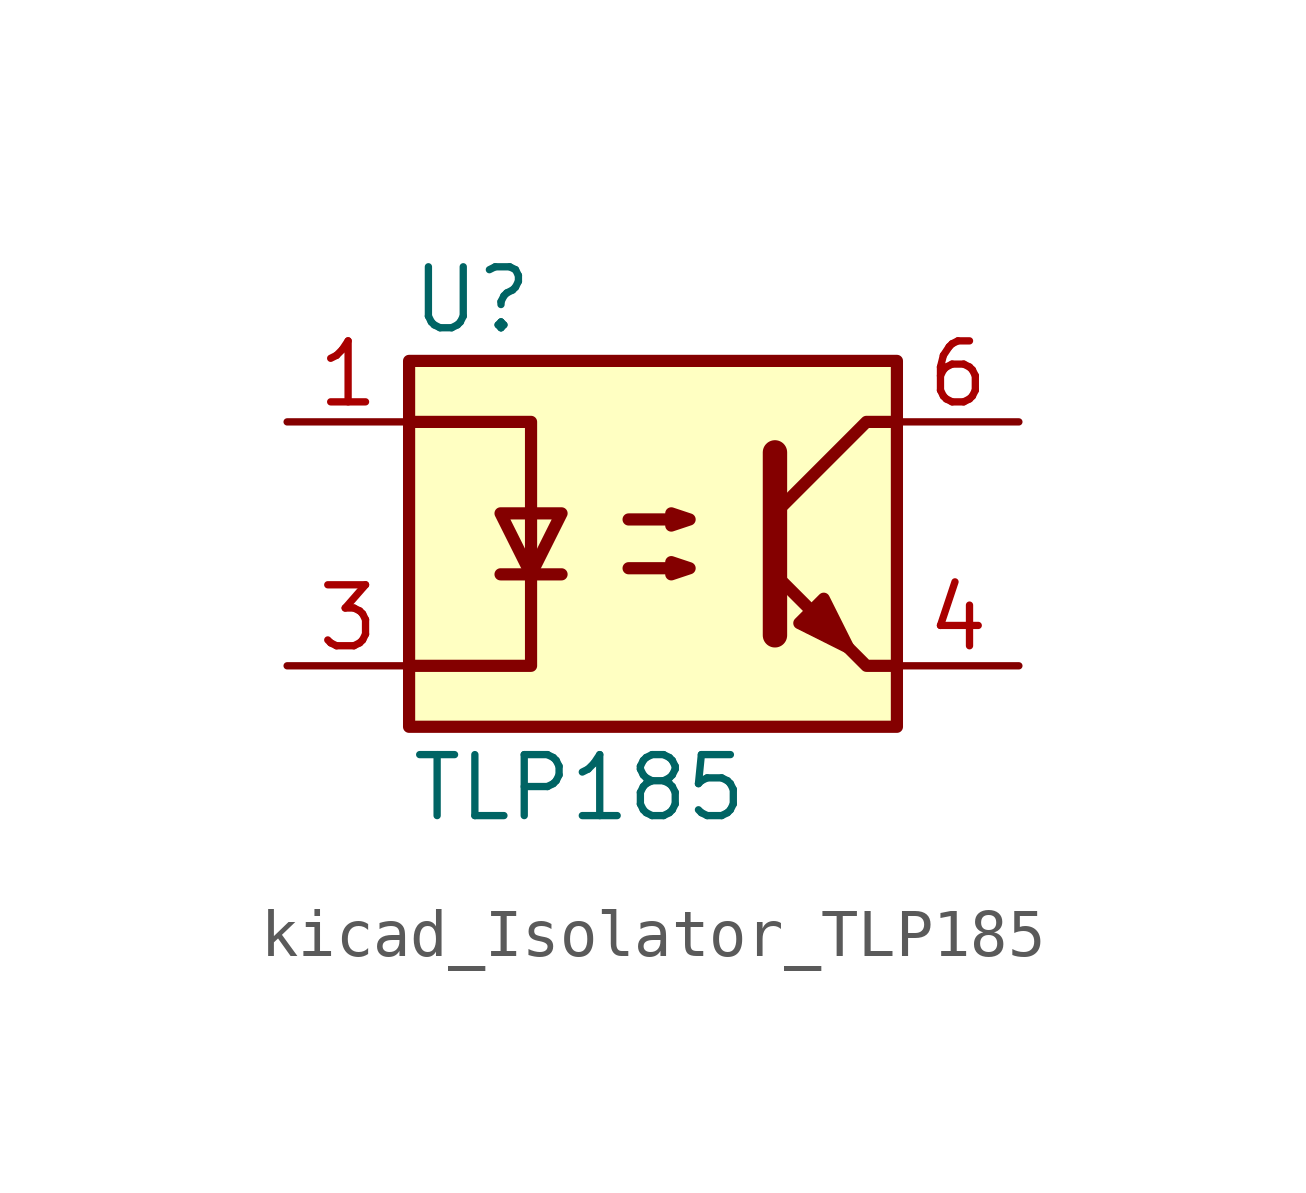
<source format=kicad_sym>
(kicad_symbol_lib
  (version 20220914)
  (generator kicad_symbol_editor)
  (symbol "kicad_Isolator_TLP185"
    (property "Reference" "U"
      (at -5.08 5.08 0)
      (effects (font (size 1.27 1.27)) (justify left)))
    (property "Value" "TLP185"
      (at -5.08 -5.08 0)
      (effects (font (size 1.27 1.27)) (justify left)))
    (symbol "kicad_Isolator_TLP185_0_1"
      (rectangle (start -5.08 3.81) (end 5.08 -3.81) (stroke (width 0.254) (type default)) (fill (type background)))
      (polyline (pts (xy -3.175 -0.635) (xy -1.905 -0.635)) (stroke (width 0.254) (type default)) (fill (type none)))
      (polyline (pts (xy 2.54 1.905) (xy 2.54 -1.905) (xy 2.54 -1.905)) (stroke (width 0.508) (type default)) (fill (type none)))
      (polyline (pts (xy 5.08 -2.54) (xy 4.445 -2.54) (xy 2.54 -0.635)) (stroke (width 0.254) (type default)) (fill (type none)))
      (polyline (pts (xy 5.08 2.54) (xy 4.445 2.54) (xy 2.54 0.635)) (stroke (width 0.254) (type default)) (fill (type none)))
      (polyline (pts (xy -5.08 -2.54) (xy -2.54 -2.54) (xy -2.54 2.54) (xy -5.08 2.54)) (stroke (width 0.254) (type default)) (fill (type none)))
      (polyline (pts (xy -2.54 -0.635) (xy -3.175 0.635) (xy -1.905 0.635) (xy -2.54 -0.635)) (stroke (width 0.254) (type default)) (fill (type none)))
      (polyline (pts (xy -0.508 -0.508) (xy 0.762 -0.508) (xy 0.381 -0.635) (xy 0.381 -0.381) (xy 0.762 -0.508)) (stroke (width 0.254) (type default)) (fill (type none)))
      (polyline (pts (xy -0.508 0.508) (xy 0.762 0.508) (xy 0.381 0.381) (xy 0.381 0.635) (xy 0.762 0.508)) (stroke (width 0.254) (type default)) (fill (type none)))
      (polyline (pts (xy 3.048 -1.651) (xy 3.556 -1.143) (xy 4.064 -2.159) (xy 3.048 -1.651) (xy 3.048 -1.651)) (stroke (width 0.254) (type default)) (fill (type outline))))
    (symbol "kicad_Isolator_TLP185_1_1"
      (pin passive line (at -7.62 2.54 0) (length 2.54) (name "~" (effects (font (size 1.27 1.27)))) (number "1" (effects (font (size 1.27 1.27)))))
      (pin passive line (at -7.62 -2.54 0) (length 2.54) (name "~" (effects (font (size 1.27 1.27)))) (number "3" (effects (font (size 1.27 1.27)))))
      (pin passive line (at 7.62 -2.54 180) (length 2.54) (name "~" (effects (font (size 1.27 1.27)))) (number "4" (effects (font (size 1.27 1.27)))))
      (pin passive line (at 7.62 2.54 180) (length 2.54) (name "~" (effects (font (size 1.27 1.27)))) (number "6" (effects (font (size 1.27 1.27))))))))
</source>
